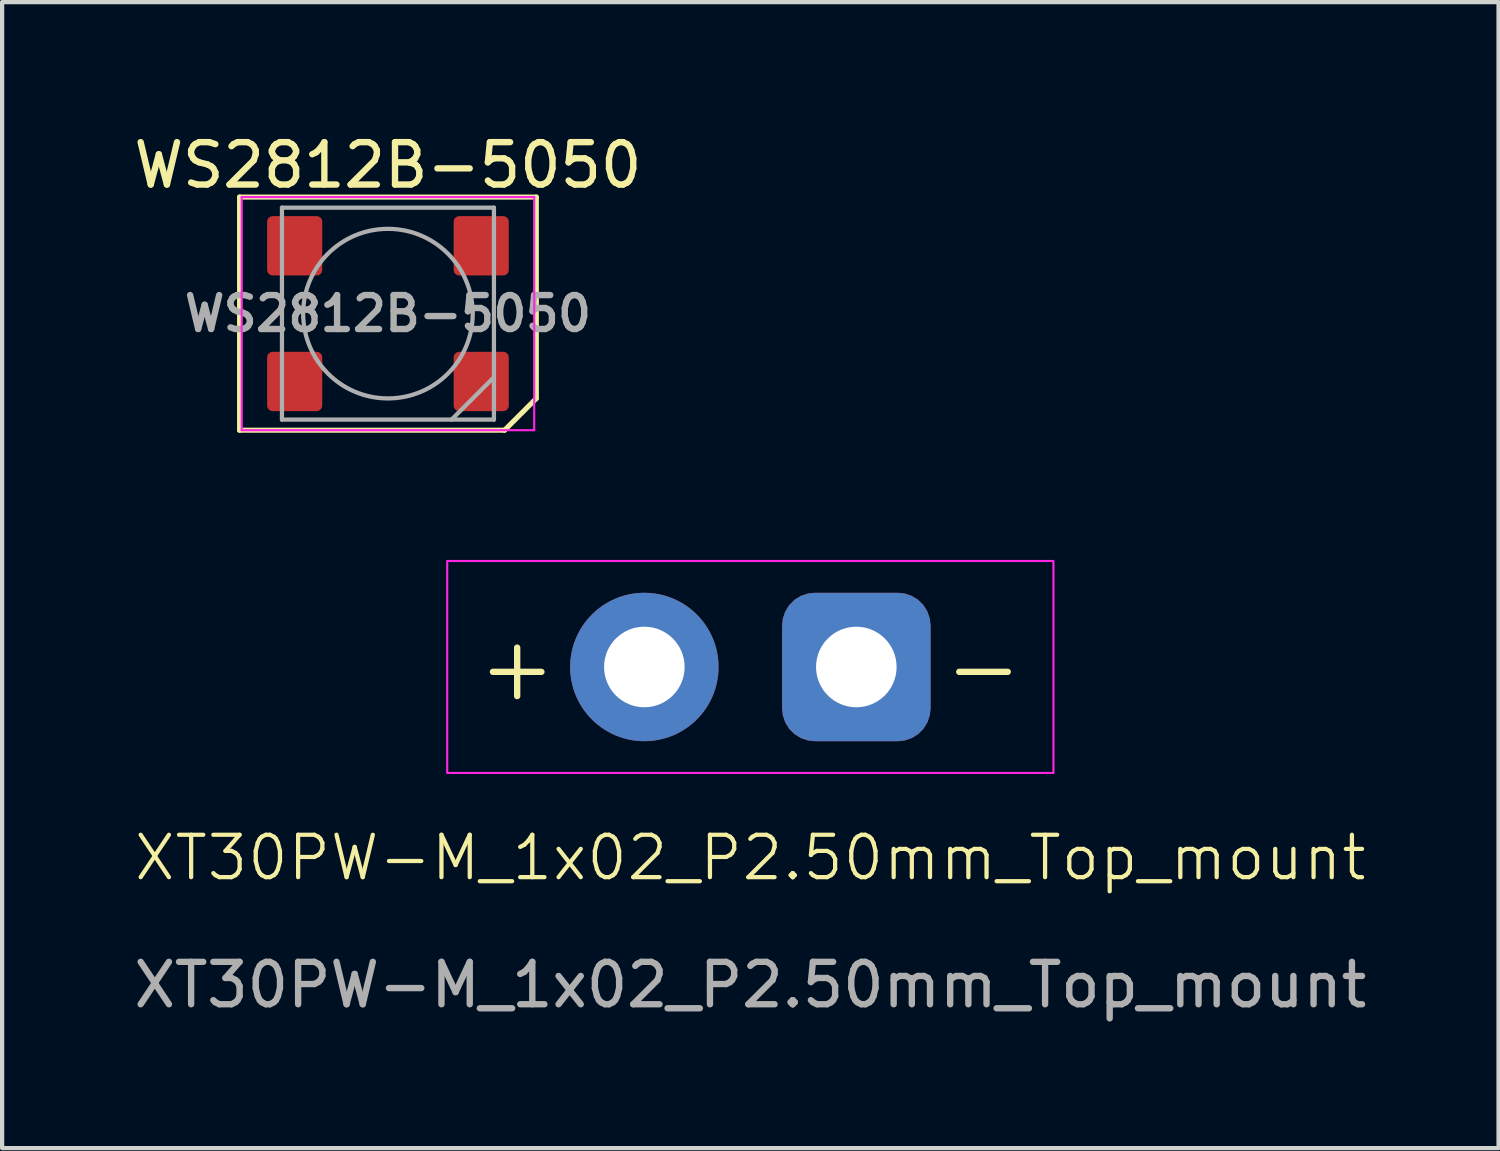
<source format=kicad_pcb>
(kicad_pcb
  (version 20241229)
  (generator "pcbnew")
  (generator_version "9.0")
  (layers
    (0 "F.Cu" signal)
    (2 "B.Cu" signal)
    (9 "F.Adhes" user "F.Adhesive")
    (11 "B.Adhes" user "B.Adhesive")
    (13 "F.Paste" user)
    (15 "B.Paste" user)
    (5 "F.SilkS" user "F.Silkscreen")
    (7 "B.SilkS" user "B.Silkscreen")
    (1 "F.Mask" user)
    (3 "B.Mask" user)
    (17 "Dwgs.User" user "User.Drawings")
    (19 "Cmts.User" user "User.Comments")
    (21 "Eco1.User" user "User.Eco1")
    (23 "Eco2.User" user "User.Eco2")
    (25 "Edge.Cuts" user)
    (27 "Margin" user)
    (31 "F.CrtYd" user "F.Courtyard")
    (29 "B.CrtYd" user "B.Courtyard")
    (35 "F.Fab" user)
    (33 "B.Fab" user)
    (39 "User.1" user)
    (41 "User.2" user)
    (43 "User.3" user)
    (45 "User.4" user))
  (footprint "XT30PW-M_1x02_P2.50mm_Top_mount"
    (layer "F.Cu")
    (at 14.649 12.683)
    (property "Reference" "XT30PW-M_1x02_P2.50mm_Top_mount" (at 0 4.5 0) (unlocked yes) (layer "F.SilkS") (effects (font (size 1 1) (thickness 0.1))))
    (attr smd)
    (fp_rect (start -7.15 -2.5) (end 7.15 2.5) (stroke (width 0.05) (type solid)) (fill no) (layer "F.CrtYd"))
    (fp_text user "+" (at -5.5 0 0) (layer "F.SilkS") (effects (font (size 1.5 1.5) (thickness 0.15))))
    (fp_text user "-" (at 5.5 0 0) (layer "F.SilkS") (effects (font (size 1.5 1.5) (thickness 0.15))))
    (fp_text user "${REFERENCE}" (at 0 7.5 0) (unlocked yes) (layer "F.Fab") (effects (font (size 1 1) (thickness 0.15))))
    (pad "1" thru_hole roundrect (at 2.5 0) (size 3.5 3.5) (drill 1.9) (layers "*.Cu" "*.Mask") (roundrect_rratio 0.22))
    (pad "2" thru_hole circle (at -2.5 0) (size 3.5 3.5) (drill 1.9) (layers "*.Cu" "*.Mask")))
  (footprint "WS2812B-5050"
    (layer "F.Cu")
    (at 6.101 4.348)
    (property "Reference" "WS2812B-5050" (at 0 -3.5 0) (layer "F.SilkS") (effects (font (size 1 1) (thickness 0.15))))
    (attr smd)
    (fp_line (start -3.5 -2.75) (end -3.5 2.75) (stroke (width 0.12) (type default)) (layer "F.SilkS"))
    (fp_line (start -3.5 -2.75) (end 3.5 -2.75) (stroke (width 0.12) (type solid)) (layer "F.SilkS"))
    (fp_line (start -3.5 2.75) (end 2.75 2.75) (stroke (width 0.12) (type solid)) (layer "F.SilkS"))
    (fp_line (start 2.75 2.75) (end 3.5 2) (stroke (width 0.12) (type default)) (layer "F.SilkS"))
    (fp_line (start 3.5 2) (end 3.5 -2.75) (stroke (width 0.12) (type default)) (layer "F.SilkS"))
    (fp_line (start -3.45 -2.75) (end -3.45 2.75) (stroke (width 0.05) (type solid)) (layer "F.CrtYd"))
    (fp_line (start -3.45 2.75) (end 3.45 2.75) (stroke (width 0.05) (type solid)) (layer "F.CrtYd"))
    (fp_line (start 3.45 -2.75) (end -3.45 -2.75) (stroke (width 0.05) (type solid)) (layer "F.CrtYd"))
    (fp_line (start 3.45 2.75) (end 3.45 -2.75) (stroke (width 0.05) (type solid)) (layer "F.CrtYd"))
    (fp_line (start -2.5 -2.5) (end -2.5 2.5) (stroke (width 0.1) (type solid)) (layer "F.Fab"))
    (fp_line (start -2.5 2.5) (end 2.5 2.5) (stroke (width 0.1) (type solid)) (layer "F.Fab"))
    (fp_line (start 2.5 -2.5) (end -2.5 -2.5) (stroke (width 0.1) (type solid)) (layer "F.Fab"))
    (fp_line (start 2.5 1.5) (end 1.5 2.5) (stroke (width 0.1) (type solid)) (layer "F.Fab"))
    (fp_line (start 2.5 2.5) (end 2.5 -2.5) (stroke (width 0.1) (type solid)) (layer "F.Fab"))
    (fp_circle (center 0 0) (end 0 -2) (stroke (width 0.1) (type solid)) (fill no) (layer "F.Fab"))
    (fp_text user "${REFERENCE}" (at 0 0 0) (layer "F.Fab") (effects (font (size 0.8 0.8) (thickness 0.15))))
    (pad "1" smd roundrect (at -2.2 -1.6) (size 1.3 1.4) (layers "F.Cu" "F.Mask" "F.Paste") (roundrect_rratio 0.1))
    (pad "2" smd roundrect (at -2.2 1.6) (size 1.3 1.4) (layers "F.Cu" "F.Mask" "F.Paste") (roundrect_rratio 0.1))
    (pad "3" smd roundrect (at 2.2 1.6) (size 1.3 1.4) (layers "F.Cu" "F.Mask" "F.Paste") (roundrect_rratio 0.1))
    (pad "4" smd roundrect (at 2.2 -1.6) (size 1.3 1.4) (layers "F.Cu" "F.Mask" "F.Paste") (roundrect_rratio 0.1)))
  (gr_rect
    (start -3 -3)
    (end 32.298 24.032)
    (stroke (width 0.1) (type default))
    (fill no)
    (layer "Edge.Cuts")))
</source>
